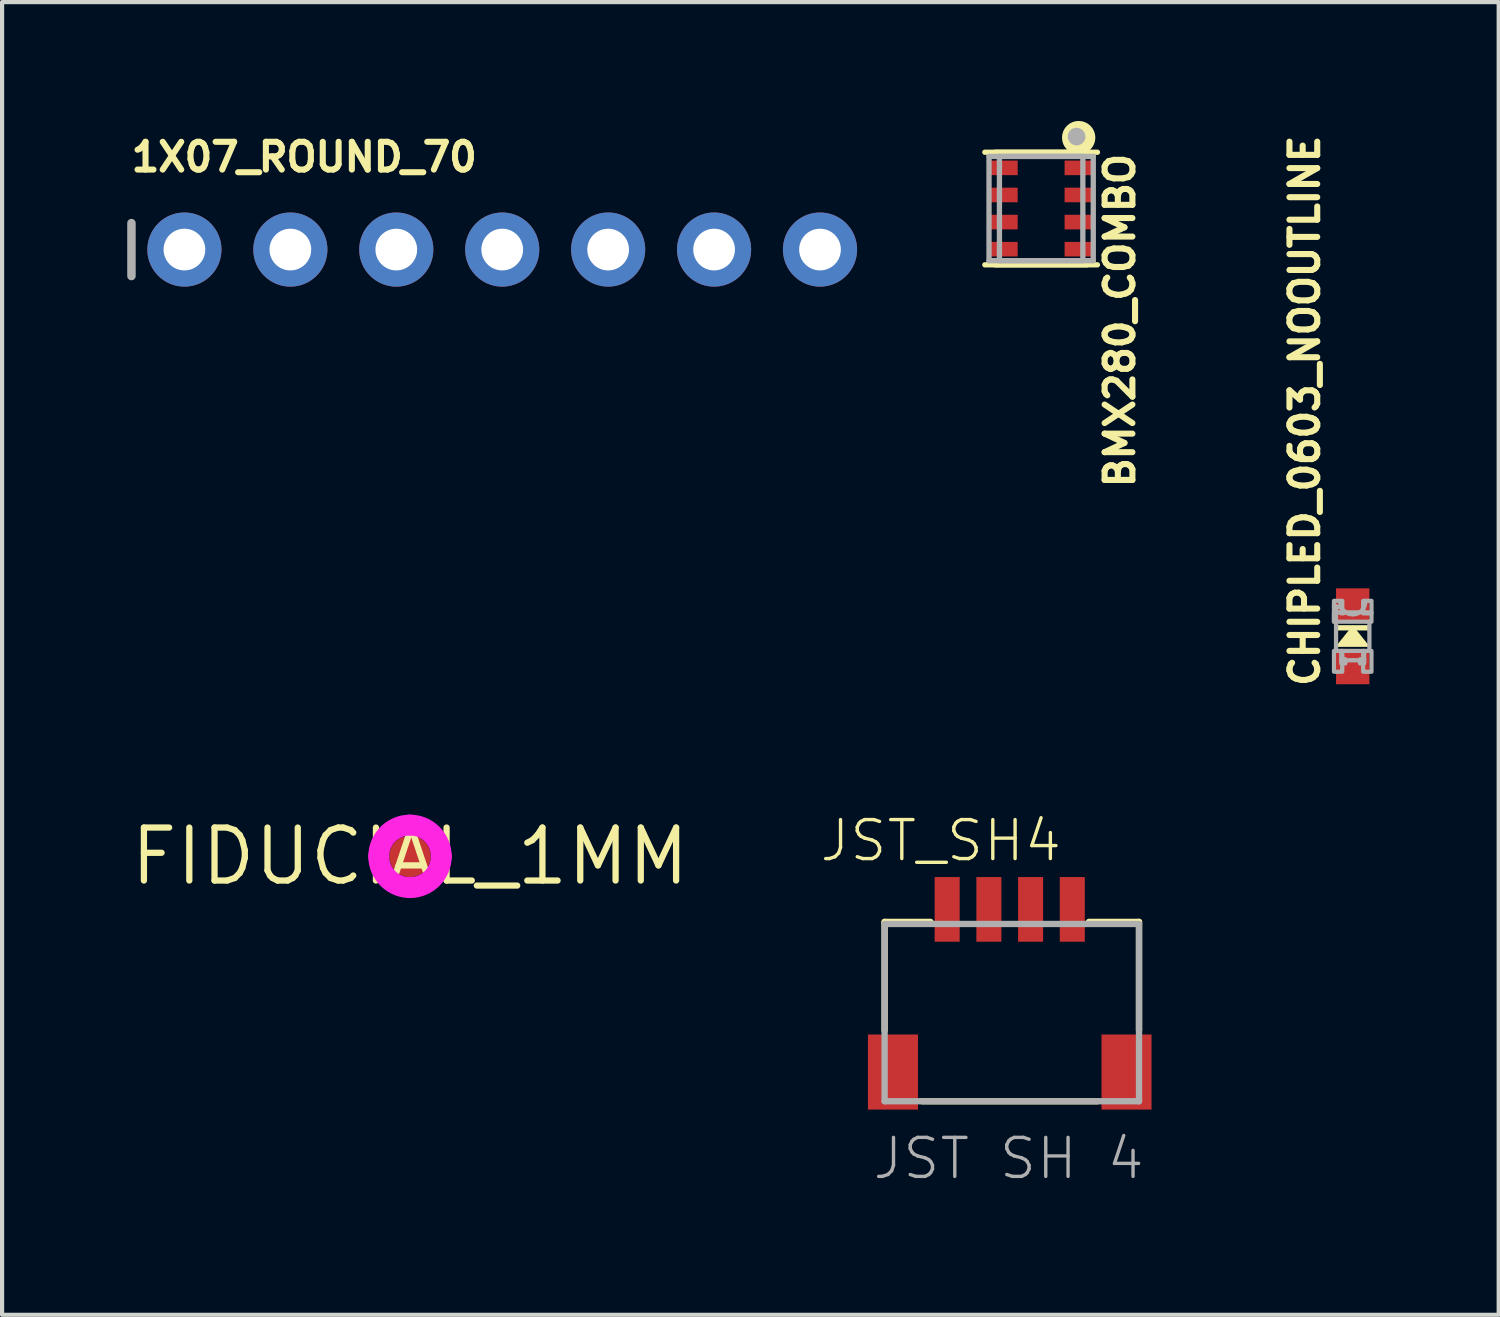
<source format=kicad_pcb>
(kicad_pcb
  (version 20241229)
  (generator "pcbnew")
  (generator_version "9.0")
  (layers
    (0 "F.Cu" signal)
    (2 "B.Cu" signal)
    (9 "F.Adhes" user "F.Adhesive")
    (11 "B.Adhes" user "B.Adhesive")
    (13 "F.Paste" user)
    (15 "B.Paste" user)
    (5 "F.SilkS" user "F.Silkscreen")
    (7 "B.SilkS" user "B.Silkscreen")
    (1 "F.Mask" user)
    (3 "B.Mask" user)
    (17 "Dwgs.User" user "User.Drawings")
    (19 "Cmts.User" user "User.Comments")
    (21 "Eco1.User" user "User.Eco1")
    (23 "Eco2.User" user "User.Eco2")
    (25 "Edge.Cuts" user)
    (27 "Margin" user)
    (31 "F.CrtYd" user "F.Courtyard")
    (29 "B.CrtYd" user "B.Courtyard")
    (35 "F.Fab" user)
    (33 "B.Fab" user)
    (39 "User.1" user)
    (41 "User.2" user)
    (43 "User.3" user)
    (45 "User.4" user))
  (footprint "CHIPLED_0603_NOOUTLINE"
    (layer "F.Cu")
    (at 29.385 12.207)
    (property "Reference" "CHIPLED_0603_NOOUTLINE" (at -0.762 1.27 90) (layer "F.SilkS") (effects (font (size 0.666 0.666) (thickness 0.146)) (justify left bottom)))
    (fp_poly (pts (xy 0.413 0.254) (xy -0.413 0.254) (xy 0 -0.262)) (stroke (width 0) (type solid)) (fill yes) (layer "F.SilkS"))
    (fp_poly (pts (xy -0.381 -0.14) (xy 0.381 -0.14) (xy 0.381 -0.267) (xy -0.381 -0.267)) (stroke (width 0) (type solid)) (fill yes) (layer "F.SilkS"))
    (fp_line (start -0.4 -0.375) (end -0.4 0.35) (stroke (width 0.102) (type solid)) (layer "F.Fab"))
    (fp_line (start 0.4 -0.35) (end 0.4 0.35) (stroke (width 0.102) (type solid)) (layer "F.Fab"))
    (fp_arc (start -0.275 0.825) (mid 0 0.55) (end 0.275 0.825) (stroke (width 0.0508) (type solid)) (layer "F.Fab"))
    (fp_arc (start 0.3 -0.799998) (mid -0.000001 -0.524966) (end -0.3 -0.8) (stroke (width 0.1016) (type solid)) (layer "F.Fab"))
    (fp_circle (center -0.35 -0.625) (end -0.275 -0.625) (stroke (width 0.051) (type solid)) (fill no) (layer "F.Fab"))
    (fp_poly (pts (xy -0.45 -0.7) (xy -0.25 -0.7) (xy -0.25 -0.85) (xy -0.45 -0.85)) (stroke (width 0.1) (type solid)) (fill no) (layer "F.Fab"))
    (fp_poly (pts (xy -0.45 -0.35) (xy -0.4 -0.35) (xy -0.4 -0.725) (xy -0.45 -0.725)) (stroke (width 0.1) (type solid)) (fill no) (layer "F.Fab"))
    (fp_poly (pts (xy -0.45 -0.35) (xy 0.45 -0.35) (xy 0.45 -0.575) (xy -0.45 -0.575)) (stroke (width 0.1) (type solid)) (fill no) (layer "F.Fab"))
    (fp_poly (pts (xy -0.45 0.85) (xy -0.25 0.85) (xy -0.25 0.35) (xy -0.45 0.35)) (stroke (width 0.1) (type solid)) (fill no) (layer "F.Fab"))
    (fp_poly (pts (xy -0.275 -0.55) (xy -0.225 -0.55) (xy -0.225 -0.6) (xy -0.275 -0.6)) (stroke (width 0.1) (type solid)) (fill no) (layer "F.Fab"))
    (fp_poly (pts (xy -0.275 0.575) (xy 0.275 0.575) (xy 0.275 0.35) (xy -0.275 0.35)) (stroke (width 0.1) (type solid)) (fill no) (layer "F.Fab"))
    (fp_poly (pts (xy -0.275 0.65) (xy -0.175 0.65) (xy -0.175 0.55) (xy -0.275 0.55)) (stroke (width 0.1) (type solid)) (fill no) (layer "F.Fab"))
    (fp_poly (pts (xy 0.175 0.65) (xy 0.275 0.65) (xy 0.275 0.55) (xy 0.175 0.55)) (stroke (width 0.1) (type solid)) (fill no) (layer "F.Fab"))
    (fp_poly (pts (xy 0.25 -0.55) (xy 0.45 -0.55) (xy 0.45 -0.85) (xy 0.25 -0.85)) (stroke (width 0.1) (type solid)) (fill no) (layer "F.Fab"))
    (fp_poly (pts (xy 0.25 0.85) (xy 0.45 0.85) (xy 0.45 0.35) (xy 0.25 0.35)) (stroke (width 0.1) (type solid)) (fill no) (layer "F.Fab"))
    (pad "A" smd rect (at 0 0.75) (size 0.8 0.8) (layers "F.Cu" "F.Mask" "F.Paste"))
    (pad "C" smd rect (at 0 -0.75) (size 0.8 0.8) (layers "F.Cu" "F.Mask" "F.Paste")))
  (footprint "1X07_ROUND_70"
    (layer "F.Cu")
    (at 8.992 2.934)
    (property "Reference" "1X07_ROUND_70" (at -8.966 -1.829 0) (layer "F.SilkS") (effects (font (size 0.666 0.666) (thickness 0.146)) (justify left bottom)))
    (fp_line (start -8.89 -0.635) (end -8.89 0.635) (stroke (width 0.203) (type solid)) (layer "F.Fab"))
    (fp_poly (pts (xy -7.874 0.254) (xy -7.366 0.254) (xy -7.366 -0.254) (xy -7.874 -0.254)) (stroke (width 0.1) (type solid)) (fill no) (layer "F.Fab"))
    (fp_poly (pts (xy -5.334 0.254) (xy -4.826 0.254) (xy -4.826 -0.254) (xy -5.334 -0.254)) (stroke (width 0.1) (type solid)) (fill no) (layer "F.Fab"))
    (fp_poly (pts (xy -2.794 0.254) (xy -2.286 0.254) (xy -2.286 -0.254) (xy -2.794 -0.254)) (stroke (width 0.1) (type solid)) (fill no) (layer "F.Fab"))
    (fp_poly (pts (xy -0.254 0.254) (xy 0.254 0.254) (xy 0.254 -0.254) (xy -0.254 -0.254)) (stroke (width 0.1) (type solid)) (fill no) (layer "F.Fab"))
    (fp_poly (pts (xy 2.286 0.254) (xy 2.794 0.254) (xy 2.794 -0.254) (xy 2.286 -0.254)) (stroke (width 0.1) (type solid)) (fill no) (layer "F.Fab"))
    (fp_poly (pts (xy 4.826 0.254) (xy 5.334 0.254) (xy 5.334 -0.254) (xy 4.826 -0.254)) (stroke (width 0.1) (type solid)) (fill no) (layer "F.Fab"))
    (fp_poly (pts (xy 7.366 0.254) (xy 7.874 0.254) (xy 7.874 -0.254) (xy 7.366 -0.254)) (stroke (width 0.1) (type solid)) (fill no) (layer "F.Fab"))
    (pad "1" thru_hole circle (at -7.62 0 90) (size 1.778 1.778) (drill 1) (layers "*.Cu" "*.Mask"))
    (pad "2" thru_hole circle (at -5.08 0 90) (size 1.778 1.778) (drill 1) (layers "*.Cu" "*.Mask"))
    (pad "3" thru_hole circle (at -2.54 0 90) (size 1.778 1.778) (drill 1) (layers "*.Cu" "*.Mask"))
    (pad "4" thru_hole circle (at 0 0 90) (size 1.778 1.778) (drill 1) (layers "*.Cu" "*.Mask"))
    (pad "5" thru_hole circle (at 2.54 0 90) (size 1.778 1.778) (drill 1) (layers "*.Cu" "*.Mask"))
    (pad "6" thru_hole circle (at 5.08 0 90) (size 1.778 1.778) (drill 1) (layers "*.Cu" "*.Mask"))
    (pad "7" thru_hole circle (at 7.62 0 90) (size 1.778 1.778) (drill 1) (layers "*.Cu" "*.Mask")))
  (footprint "BMX280_COMBO"
    (layer "F.Cu")
    (at 21.914 1.95)
    (property "Reference" "BMX280_COMBO" (at 1.498 -1.39 90) (layer "F.SilkS") (effects (font (size 0.666 0.666) (thickness 0.146)) (justify right top)))
    (fp_line (start -1.35 -1.35) (end 1.35 -1.35) (stroke (width 0.127) (type solid)) (layer "F.SilkS"))
    (fp_line (start -1.35 1.35) (end 1.35 1.35) (stroke (width 0.127) (type solid)) (layer "F.SilkS"))
    (fp_line (start -1.1 -1.35) (end 1.1 -1.35) (stroke (width 0.127) (type solid)) (layer "F.SilkS"))
    (fp_line (start 1.1 1.35) (end -1.1 1.35) (stroke (width 0.127) (type solid)) (layer "F.SilkS"))
    (fp_circle (center 0.9 -1.7) (end 1 -1.7) (stroke (width 0.3) (type solid)) (fill no) (layer "F.SilkS"))
    (fp_line (start -1.25 -1.25) (end 1.25 -1.25) (stroke (width 0.127) (type solid)) (layer "F.Fab"))
    (fp_line (start -1.25 1.25) (end -1.25 -1.25) (stroke (width 0.127) (type solid)) (layer "F.Fab"))
    (fp_line (start -1 -1.25) (end 1 -1.25) (stroke (width 0.127) (type solid)) (layer "F.Fab"))
    (fp_line (start -1 1.25) (end -1 -1.25) (stroke (width 0.127) (type solid)) (layer "F.Fab"))
    (fp_line (start 1 -1.25) (end 1 1.25) (stroke (width 0.127) (type solid)) (layer "F.Fab"))
    (fp_line (start 1 1.25) (end -1 1.25) (stroke (width 0.127) (type solid)) (layer "F.Fab"))
    (fp_line (start 1.25 -1.25) (end 1.25 1.25) (stroke (width 0.127) (type solid)) (layer "F.Fab"))
    (fp_line (start 1.25 1.25) (end -1.25 1.25) (stroke (width 0.127) (type solid)) (layer "F.Fab"))
    (fp_circle (center 0.85 -1.725) (end 0.956 -1.725) (stroke (width 0.212) (type solid)) (fill no) (layer "F.Fab"))
    (pad "1" smd rect (at 0.925 -0.975) (size 0.725 0.35) (layers "F.Cu" "F.Mask" "F.Paste"))
    (pad "2" smd rect (at 0.925 -0.325) (size 0.725 0.35) (layers "F.Cu" "F.Mask" "F.Paste"))
    (pad "3" smd rect (at 0.925 0.325) (size 0.725 0.35) (layers "F.Cu" "F.Mask" "F.Paste"))
    (pad "4" smd rect (at 0.925 0.975) (size 0.725 0.35) (layers "F.Cu" "F.Mask" "F.Paste"))
    (pad "5" smd rect (at -0.925 0.975) (size 0.725 0.35) (layers "F.Cu" "F.Mask" "F.Paste"))
    (pad "6" smd rect (at -0.925 0.325) (size 0.725 0.35) (layers "F.Cu" "F.Mask" "F.Paste"))
    (pad "7" smd rect (at -0.925 -0.325) (size 0.725 0.35) (layers "F.Cu" "F.Mask" "F.Paste"))
    (pad "8" smd rect (at -0.925 -0.975) (size 0.725 0.35) (layers "F.Cu" "F.Mask" "F.Paste")))
  (footprint "JST_SH4"
    (layer "F.Cu")
    (at 21.161 21.269)
    (property "Reference" "JST_SH4" (at -4.6 -3.614 0) (layer "F.SilkS") (effects (font (size 0.935 0.935) (thickness 0.081)) (justify left bottom)))
    (fp_line (start -3 -2.214) (end -1.9 -2.214) (stroke (width 0.152) (type solid)) (layer "F.SilkS"))
    (fp_line (start -3 0.386) (end -3 -2.214) (stroke (width 0.152) (type solid)) (layer "F.SilkS"))
    (fp_line (start -2.1 2.086) (end 2.1 2.086) (stroke (width 0.152) (type solid)) (layer "F.SilkS"))
    (fp_line (start 1.9 -2.214) (end 3.1 -2.214) (stroke (width 0.152) (type solid)) (layer "F.SilkS"))
    (fp_line (start 3.1 -2.214) (end 3.1 0.386) (stroke (width 0.152) (type solid)) (layer "F.SilkS"))
    (fp_line (start -3 -2.164) (end 3.1 -2.164) (stroke (width 0.152) (type solid)) (layer "F.Fab"))
    (fp_line (start -3 2.086) (end -3 -2.164) (stroke (width 0.152) (type solid)) (layer "F.Fab"))
    (fp_line (start 3.1 -2.164) (end 3.1 2.086) (stroke (width 0.152) (type solid)) (layer "F.Fab"))
    (fp_line (start 3.1 2.086) (end -3 2.086) (stroke (width 0.152) (type solid)) (layer "F.Fab"))
    (fp_text user "JST SH 4" (at -3.33 4.006 0) (layer "F.Fab") (effects (font (size 0.935 0.935) (thickness 0.081)) (justify left bottom)))
    (pad "1" smd rect (at -1.5 -2.514 90) (size 1.55 0.6) (layers "F.Cu" "F.Mask" "F.Paste"))
    (pad "2" smd rect (at -0.5 -2.514 90) (size 1.55 0.6) (layers "F.Cu" "F.Mask" "F.Paste"))
    (pad "3" smd rect (at 0.5 -2.514 90) (size 1.55 0.6) (layers "F.Cu" "F.Mask" "F.Paste"))
    (pad "4" smd rect (at 1.5 -2.514 90) (size 1.55 0.6) (layers "F.Cu" "F.Mask" "F.Paste"))
    (pad "MT1" smd rect (at -2.8 1.386 90) (size 1.8 1.2) (layers "F.Cu" "F.Mask" "F.Paste"))
    (pad "MT2" smd rect (at 2.8 1.386 90) (size 1.8 1.2) (layers "F.Cu" "F.Mask" "F.Paste")))
  (footprint "FIDUCIAL_1MM"
    (layer "F.Cu")
    (at 6.781 17.483)
    (property "Reference" "FIDUCIAL_1MM" (at 0 0 0) (layer "F.SilkS") (effects (font (size 1.27 1.27) (thickness 0.15))))
    (fp_arc (start -0.75 0) (mid -0.53033 -0.53033) (end 0 -0.75) (stroke (width 0.5) (type solid)) (layer "F.Mask"))
    (fp_arc (start 0 -0.75) (mid 0.53033 -0.53033) (end 0.75 0) (stroke (width 0.5) (type solid)) (layer "F.Mask"))
    (fp_arc (start 0 0.75) (mid -0.53033 0.53033) (end -0.75 0) (stroke (width 0.5) (type solid)) (layer "F.Mask"))
    (fp_arc (start 0.75 0) (mid 0.53033 0.53033) (end 0 0.75) (stroke (width 0.5) (type solid)) (layer "F.Mask"))
    (fp_arc (start -0.75 0) (mid -0.53033 -0.53033) (end 0 -0.75) (stroke (width 0.5) (type solid)) (layer "F.CrtYd"))
    (fp_arc (start 0 -0.75) (mid 0.53033 -0.53033) (end 0.75 0) (stroke (width 0.5) (type solid)) (layer "F.CrtYd"))
    (fp_arc (start 0 0.75) (mid -0.53033 0.53033) (end -0.75 0) (stroke (width 0.5) (type solid)) (layer "F.CrtYd"))
    (fp_arc (start 0.75 0) (mid 0.53033 0.53033) (end 0 0.75) (stroke (width 0.5) (type solid)) (layer "F.CrtYd"))
    (pad "1" smd roundrect (at 0 0) (size 1 1) (layers "F.Cu" "F.Mask") (roundrect_rratio 0.5)))
  (gr_rect
    (start -3 -3)
    (end 32.885 28.476)
    (stroke (width 0.1) (type default))
    (fill no)
    (layer "Edge.Cuts")))
</source>
